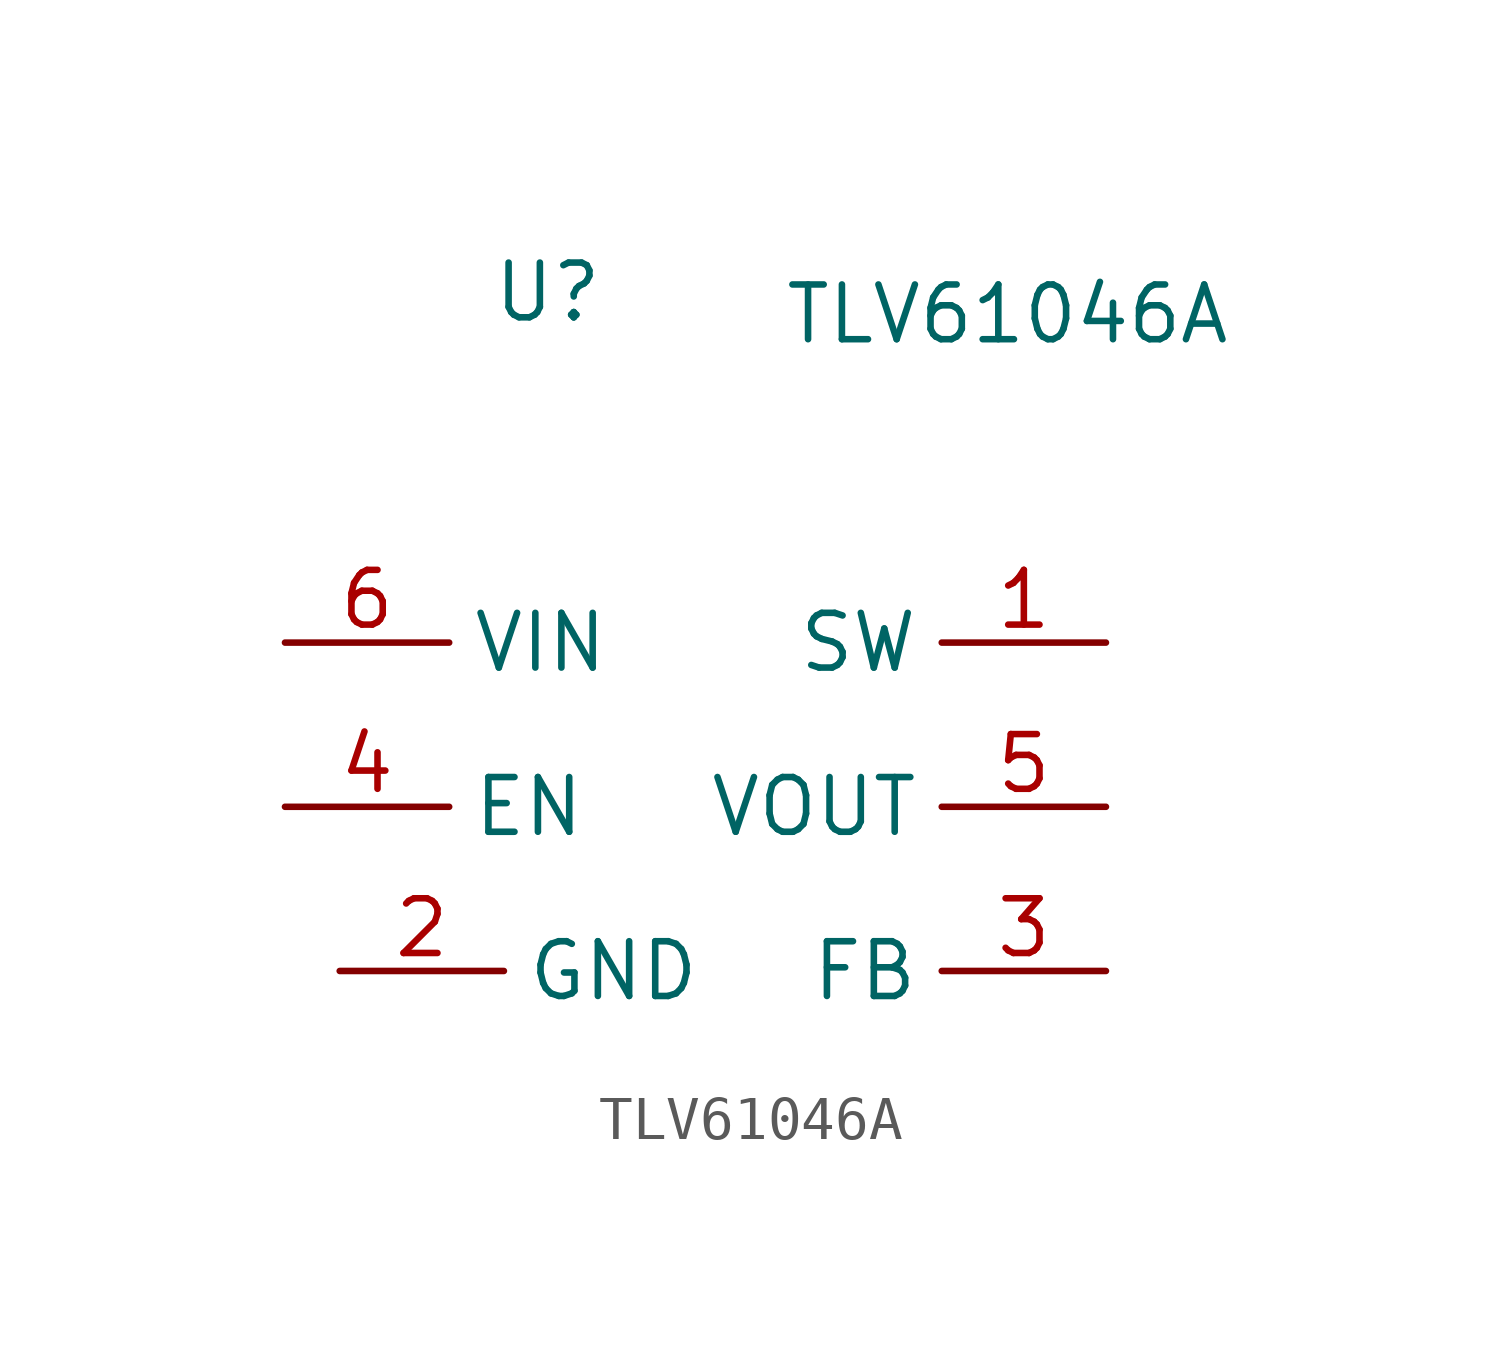
<source format=kicad_sym>
(kicad_symbol_lib
  (version 20231120)
  (generator "kicad_symbol_editor")
  (generator_version "8.0")
  (symbol "TLV61046A"
    (property "Reference" "U"
      (at 2.286 8.128 0)
      (effects (font (size 1.27 1.27))))
    (property "Value" "TLV61046A"
      (at 12.954 7.62 0)
      (effects (font (size 1.27 1.27))))
    (symbol "TLV61046A_0_0"
      (pin input line (at 15.24 0 180) (length 3.81) (name "SW" (effects (font (size 1.27 1.27)))) (number "1" (effects (font (size 1.27 1.27)))))
      (pin power_in line (at -2.54 -7.62 0) (length 3.81) (name "GND" (effects (font (size 1.27 1.27)))) (number "2" (effects (font (size 1.27 1.27)))))
      (pin input line (at 15.24 -7.62 180) (length 3.81) (name "FB" (effects (font (size 1.27 1.27)))) (number "3" (effects (font (size 1.27 1.27)))))
      (pin input line (at -3.81 -3.81 0) (length 3.81) (name "EN" (effects (font (size 1.27 1.27)))) (number "4" (effects (font (size 1.27 1.27)))))
      (pin power_out line (at 15.24 -3.81 180) (length 3.81) (name "VOUT" (effects (font (size 1.27 1.27)))) (number "5" (effects (font (size 1.27 1.27)))))
      (pin power_in line (at -3.81 0 0) (length 3.81) (name "VIN" (effects (font (size 1.27 1.27)))) (number "6" (effects (font (size 1.27 1.27))))))))
</source>
